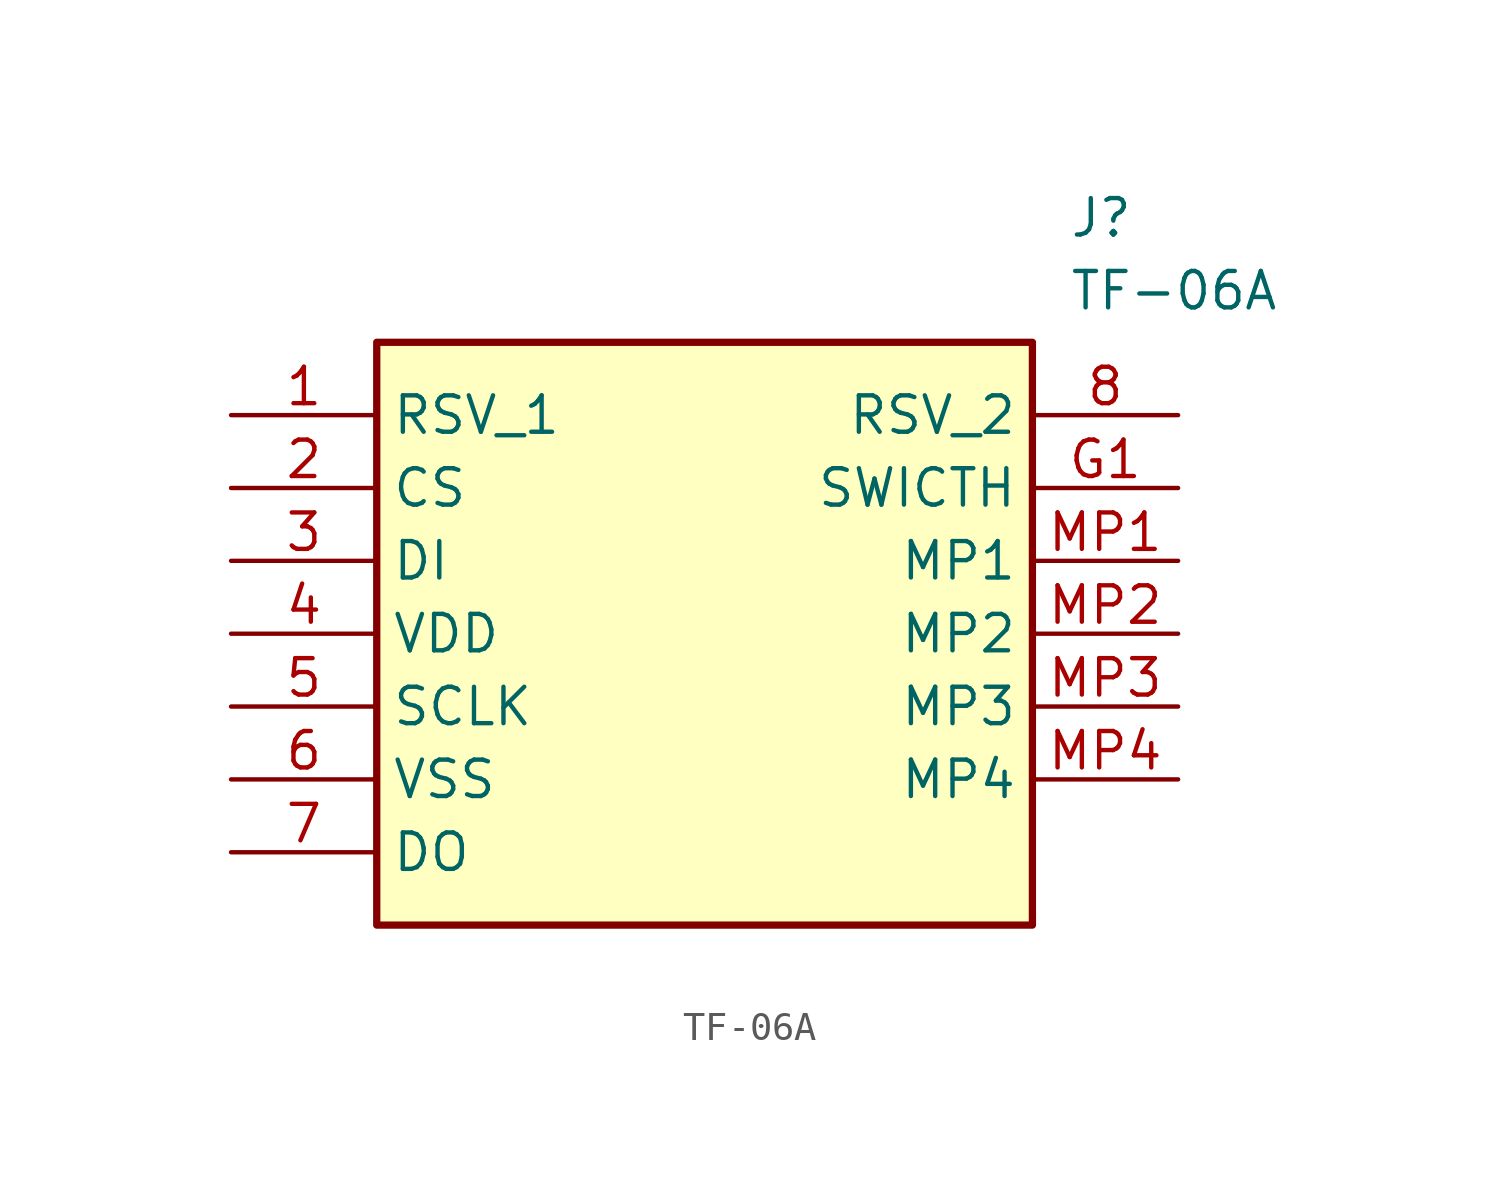
<source format=kicad_sym>
(kicad_symbol_lib
  (version 20211014)
  (generator SamacSys_ECAD_Model)
  (symbol "TF-06A"
    (property "Reference" "J"
      (at 29.21 7.62 0)
      (effects (font (size 1.27 1.27)) (justify left top)))
    (property "Value" "TF-06A"
      (at 29.21 5.08 0)
      (effects (font (size 1.27 1.27)) (justify left top)))
    (rectangle
      (start 5.08 2.54)
      (end 27.94 -17.78)
      (stroke (width 0.254) (type default))
      (fill (type background)))
    (pin passive line
      (at 0 0 0)
      (length 5.08)
      (name "RSV_1" (effects (font (size 1.27 1.27))))
      (number "1" (effects (font (size 1.27 1.27)))))
    (pin passive line
      (at 0 -2.54 0)
      (length 5.08)
      (name "CS" (effects (font (size 1.27 1.27))))
      (number "2" (effects (font (size 1.27 1.27)))))
    (pin passive line
      (at 0 -5.08 0)
      (length 5.08)
      (name "DI" (effects (font (size 1.27 1.27))))
      (number "3" (effects (font (size 1.27 1.27)))))
    (pin passive line
      (at 0 -7.62 0)
      (length 5.08)
      (name "VDD" (effects (font (size 1.27 1.27))))
      (number "4" (effects (font (size 1.27 1.27)))))
    (pin passive line
      (at 0 -10.16 0)
      (length 5.08)
      (name "SCLK" (effects (font (size 1.27 1.27))))
      (number "5" (effects (font (size 1.27 1.27)))))
    (pin passive line
      (at 0 -12.7 0)
      (length 5.08)
      (name "VSS" (effects (font (size 1.27 1.27))))
      (number "6" (effects (font (size 1.27 1.27)))))
    (pin passive line
      (at 0 -15.24 0)
      (length 5.08)
      (name "DO" (effects (font (size 1.27 1.27))))
      (number "7" (effects (font (size 1.27 1.27)))))
    (pin passive line
      (at 33.02 0 180)
      (length 5.08)
      (name "RSV_2" (effects (font (size 1.27 1.27))))
      (number "8" (effects (font (size 1.27 1.27)))))
    (pin passive line
      (at 33.02 -2.54 180)
      (length 5.08)
      (name "SWICTH" (effects (font (size 1.27 1.27))))
      (number "G1" (effects (font (size 1.27 1.27)))))
    (pin passive line
      (at 33.02 -5.08 180)
      (length 5.08)
      (name "MP1" (effects (font (size 1.27 1.27))))
      (number "MP1" (effects (font (size 1.27 1.27)))))
    (pin passive line
      (at 33.02 -7.62 180)
      (length 5.08)
      (name "MP2" (effects (font (size 1.27 1.27))))
      (number "MP2" (effects (font (size 1.27 1.27)))))
    (pin passive line
      (at 33.02 -10.16 180)
      (length 5.08)
      (name "MP3" (effects (font (size 1.27 1.27))))
      (number "MP3" (effects (font (size 1.27 1.27)))))
    (pin passive line
      (at 33.02 -12.7 180)
      (length 5.08)
      (name "MP4" (effects (font (size 1.27 1.27))))
      (number "MP4" (effects (font (size 1.27 1.27)))))))
</source>
